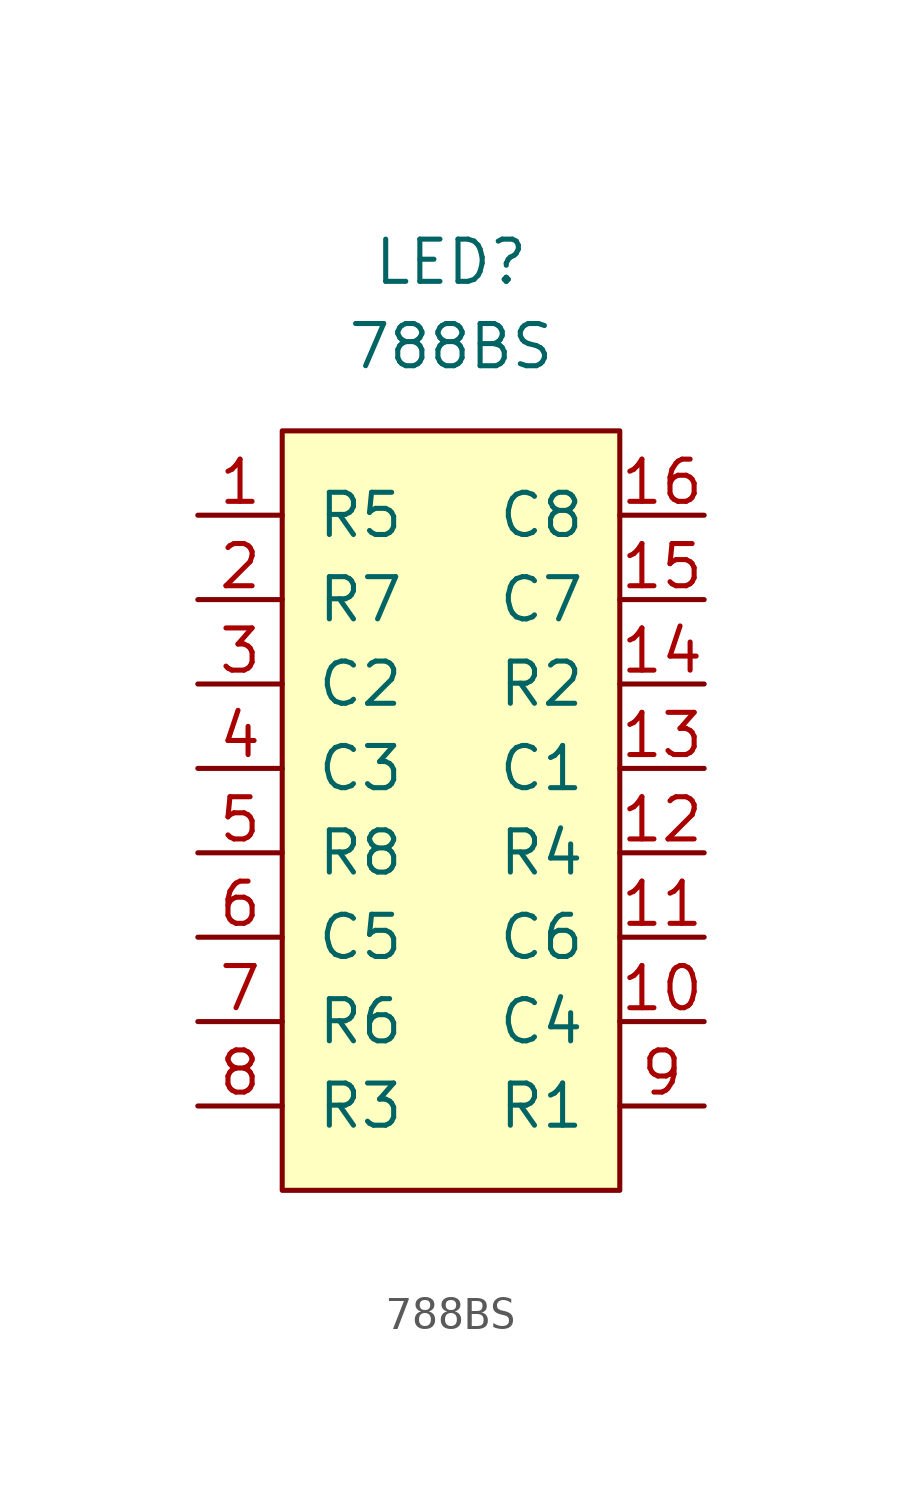
<source format=kicad_sym>
(kicad_symbol_lib
  (version 20220914)
  (generator kicad_symbol_editor)
  (symbol "788BS"
    (pin_names
      (offset 1.016))
    (property "Reference" "LED"
      (at 0 16.51 0)
      (effects (font (size 1.27 1.27))))
    (property "Value" "788BS"
      (at 0 13.97 0)
      (effects (font (size 1.27 1.27))))
    (symbol "788BS_0_1"
      (rectangle (start -5.08 11.43) (end 5.08 -11.43) (stroke (width 0) (type solid)) (fill (type background))))
    (symbol "788BS_1_1"
      (pin input line (at -7.62 8.89 0) (length 2.54) (name "R5" (effects (font (size 1.27 1.27)))) (number "1" (effects (font (size 1.27 1.27)))))
      (pin input line (at 7.62 -6.35 180) (length 2.54) (name "C4" (effects (font (size 1.27 1.27)))) (number "10" (effects (font (size 1.27 1.27)))))
      (pin input line (at 7.62 -3.81 180) (length 2.54) (name "C6" (effects (font (size 1.27 1.27)))) (number "11" (effects (font (size 1.27 1.27)))))
      (pin input line (at 7.62 -1.27 180) (length 2.54) (name "R4" (effects (font (size 1.27 1.27)))) (number "12" (effects (font (size 1.27 1.27)))))
      (pin input line (at 7.62 1.27 180) (length 2.54) (name "C1" (effects (font (size 1.27 1.27)))) (number "13" (effects (font (size 1.27 1.27)))))
      (pin input line (at 7.62 3.81 180) (length 2.54) (name "R2" (effects (font (size 1.27 1.27)))) (number "14" (effects (font (size 1.27 1.27)))))
      (pin input line (at 7.62 6.35 180) (length 2.54) (name "C7" (effects (font (size 1.27 1.27)))) (number "15" (effects (font (size 1.27 1.27)))))
      (pin input line (at 7.62 8.89 180) (length 2.54) (name "C8" (effects (font (size 1.27 1.27)))) (number "16" (effects (font (size 1.27 1.27)))))
      (pin input line (at -7.62 6.35 0) (length 2.54) (name "R7" (effects (font (size 1.27 1.27)))) (number "2" (effects (font (size 1.27 1.27)))))
      (pin input line (at -7.62 3.81 0) (length 2.54) (name "C2" (effects (font (size 1.27 1.27)))) (number "3" (effects (font (size 1.27 1.27)))))
      (pin input line (at -7.62 1.27 0) (length 2.54) (name "C3" (effects (font (size 1.27 1.27)))) (number "4" (effects (font (size 1.27 1.27)))))
      (pin input line (at -7.62 -1.27 0) (length 2.54) (name "R8" (effects (font (size 1.27 1.27)))) (number "5" (effects (font (size 1.27 1.27)))))
      (pin input line (at -7.62 -3.81 0) (length 2.54) (name "C5" (effects (font (size 1.27 1.27)))) (number "6" (effects (font (size 1.27 1.27)))))
      (pin input line (at -7.62 -6.35 0) (length 2.54) (name "R6" (effects (font (size 1.27 1.27)))) (number "7" (effects (font (size 1.27 1.27)))))
      (pin input line (at -7.62 -8.89 0) (length 2.54) (name "R3" (effects (font (size 1.27 1.27)))) (number "8" (effects (font (size 1.27 1.27)))))
      (pin input line (at 7.62 -8.89 180) (length 2.54) (name "R1" (effects (font (size 1.27 1.27)))) (number "9" (effects (font (size 1.27 1.27))))))))
</source>
